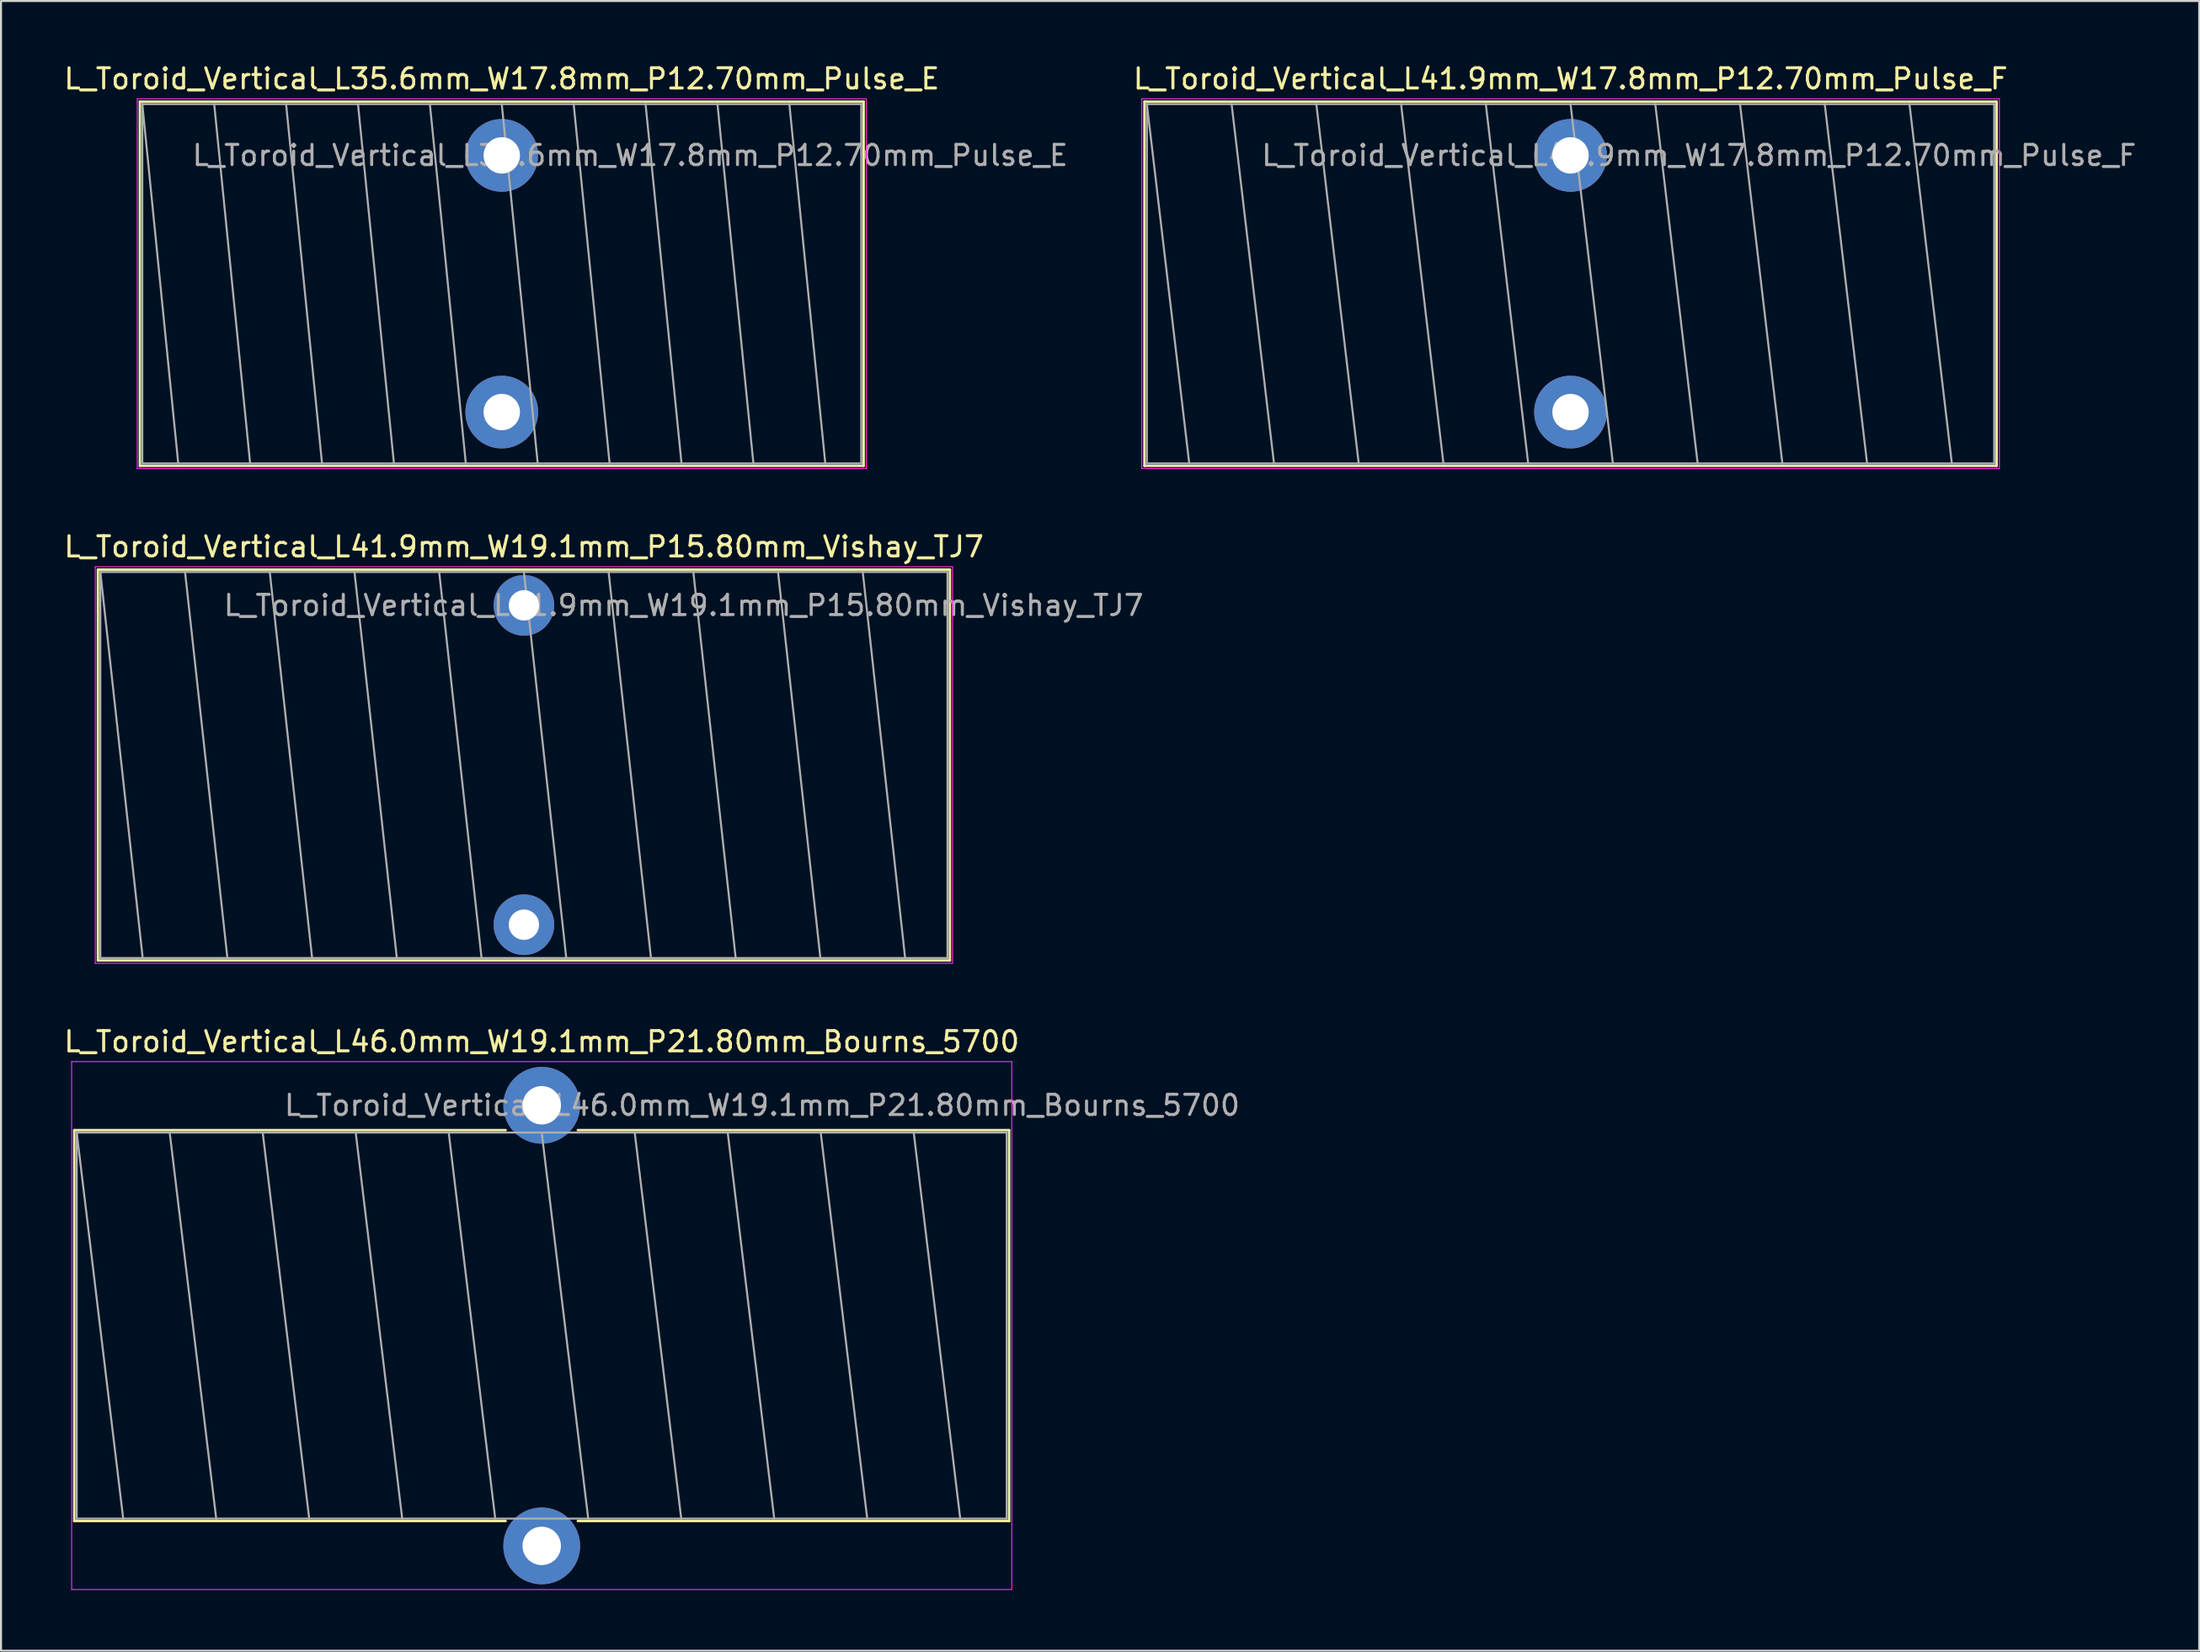
<source format=kicad_pcb>
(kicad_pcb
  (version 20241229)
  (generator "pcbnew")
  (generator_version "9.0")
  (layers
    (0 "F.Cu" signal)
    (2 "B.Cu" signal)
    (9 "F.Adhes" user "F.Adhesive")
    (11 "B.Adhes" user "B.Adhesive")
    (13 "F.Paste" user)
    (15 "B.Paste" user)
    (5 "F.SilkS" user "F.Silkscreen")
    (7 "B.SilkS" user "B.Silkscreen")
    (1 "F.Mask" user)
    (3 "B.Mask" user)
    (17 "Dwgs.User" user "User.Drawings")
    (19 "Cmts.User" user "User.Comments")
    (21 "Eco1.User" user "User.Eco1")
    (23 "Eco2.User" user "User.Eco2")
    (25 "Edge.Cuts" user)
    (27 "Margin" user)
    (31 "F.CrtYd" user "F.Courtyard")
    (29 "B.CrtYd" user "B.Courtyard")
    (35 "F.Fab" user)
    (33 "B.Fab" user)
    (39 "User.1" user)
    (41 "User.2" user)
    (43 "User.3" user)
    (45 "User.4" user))
  (footprint "L_Toroid_Vertical_L35.6mm_W17.8mm_P12.70mm_Pulse_E"
    (layer "F.Cu")
    (at 21.768 4.638)
    (property "Reference" "L_Toroid_Vertical_L35.6mm_W17.8mm_P12.70mm_Pulse_E" (at 0 -3.79 0) (layer "F.SilkS") (effects (font (size 1 1) (thickness 0.15))))
    (attr through_hole)
    (fp_line (start -17.9 -2.66) (end -17.9 15.36) (stroke (width 0.12) (type solid)) (layer "F.SilkS"))
    (fp_line (start -17.9 -2.66) (end 17.9 -2.66) (stroke (width 0.12) (type solid)) (layer "F.SilkS"))
    (fp_line (start -17.9 15.36) (end 17.9 15.36) (stroke (width 0.12) (type solid)) (layer "F.SilkS"))
    (fp_line (start 17.9 -2.66) (end 17.9 15.36) (stroke (width 0.12) (type solid)) (layer "F.SilkS"))
    (fp_line (start -18.03 -2.8) (end -18.03 15.49) (stroke (width 0.05) (type solid)) (layer "F.CrtYd"))
    (fp_line (start -18.03 15.49) (end 18.03 15.49) (stroke (width 0.05) (type solid)) (layer "F.CrtYd"))
    (fp_line (start 18.03 -2.8) (end -18.03 -2.8) (stroke (width 0.05) (type solid)) (layer "F.CrtYd"))
    (fp_line (start 18.03 15.49) (end 18.03 -2.8) (stroke (width 0.05) (type solid)) (layer "F.CrtYd"))
    (fp_line (start -17.78 -2.54) (end -17.78 15.24) (stroke (width 0.1) (type solid)) (layer "F.Fab"))
    (fp_line (start -17.78 -2.54) (end -16.002 15.24) (stroke (width 0.1) (type solid)) (layer "F.Fab"))
    (fp_line (start -17.78 15.24) (end 17.78 15.24) (stroke (width 0.1) (type solid)) (layer "F.Fab"))
    (fp_line (start -14.224 -2.54) (end -12.446 15.24) (stroke (width 0.1) (type solid)) (layer "F.Fab"))
    (fp_line (start -10.668 -2.54) (end -8.89 15.24) (stroke (width 0.1) (type solid)) (layer "F.Fab"))
    (fp_line (start -7.112 -2.54) (end -5.334 15.24) (stroke (width 0.1) (type solid)) (layer "F.Fab"))
    (fp_line (start -3.556 -2.54) (end -1.778 15.24) (stroke (width 0.1) (type solid)) (layer "F.Fab"))
    (fp_line (start 0 -2.54) (end 1.778 15.24) (stroke (width 0.1) (type solid)) (layer "F.Fab"))
    (fp_line (start 3.556 -2.54) (end 5.334 15.24) (stroke (width 0.1) (type solid)) (layer "F.Fab"))
    (fp_line (start 7.112 -2.54) (end 8.89 15.24) (stroke (width 0.1) (type solid)) (layer "F.Fab"))
    (fp_line (start 10.668 -2.54) (end 12.446 15.24) (stroke (width 0.1) (type solid)) (layer "F.Fab"))
    (fp_line (start 14.224 -2.54) (end 16.002 15.24) (stroke (width 0.1) (type solid)) (layer "F.Fab"))
    (fp_line (start 17.78 -2.54) (end -17.78 -2.54) (stroke (width 0.1) (type solid)) (layer "F.Fab"))
    (fp_line (start 17.78 15.24) (end 17.78 -2.54) (stroke (width 0.1) (type solid)) (layer "F.Fab"))
    (fp_text user "${REFERENCE}" (at 6.35 0 0) (layer "F.Fab") (effects (font (size 1 1) (thickness 0.15))))
    (pad "1" thru_hole circle (at 0 0) (size 3.6 3.6) (drill 1.8) (layers "*.Cu" "*.Mask"))
    (pad "2" thru_hole circle (at 0 12.7) (size 3.6 3.6) (drill 1.8) (layers "*.Cu" "*.Mask")))
  (footprint "L_Toroid_Vertical_L41.9mm_W19.1mm_P15.80mm_Vishay_TJ7"
    (layer "F.Cu")
    (at 22.863 26.901)
    (property "Reference" "L_Toroid_Vertical_L41.9mm_W19.1mm_P15.80mm_Vishay_TJ7" (at 0 -2.9 0) (layer "F.SilkS") (effects (font (size 1 1) (thickness 0.15))))
    (attr through_hole)
    (fp_line (start -21.07 -1.77) (end -21.07 17.57) (stroke (width 0.12) (type solid)) (layer "F.SilkS"))
    (fp_line (start -21.07 -1.77) (end 21.07 -1.77) (stroke (width 0.12) (type solid)) (layer "F.SilkS"))
    (fp_line (start -21.07 17.57) (end 21.07 17.57) (stroke (width 0.12) (type solid)) (layer "F.SilkS"))
    (fp_line (start 21.07 -1.77) (end 21.07 17.57) (stroke (width 0.12) (type solid)) (layer "F.SilkS"))
    (fp_line (start -21.2 -1.91) (end -21.2 17.71) (stroke (width 0.05) (type solid)) (layer "F.CrtYd"))
    (fp_line (start -21.2 17.71) (end 21.2 17.71) (stroke (width 0.05) (type solid)) (layer "F.CrtYd"))
    (fp_line (start 21.2 -1.91) (end -21.2 -1.91) (stroke (width 0.05) (type solid)) (layer "F.CrtYd"))
    (fp_line (start 21.2 17.71) (end 21.2 -1.91) (stroke (width 0.05) (type solid)) (layer "F.CrtYd"))
    (fp_line (start -20.95 -1.65) (end -20.95 17.45) (stroke (width 0.1) (type solid)) (layer "F.Fab"))
    (fp_line (start -20.95 -1.65) (end -18.855 17.45) (stroke (width 0.1) (type solid)) (layer "F.Fab"))
    (fp_line (start -20.95 17.45) (end 20.95 17.45) (stroke (width 0.1) (type solid)) (layer "F.Fab"))
    (fp_line (start -16.76 -1.65) (end -14.665 17.45) (stroke (width 0.1) (type solid)) (layer "F.Fab"))
    (fp_line (start -12.57 -1.65) (end -10.475 17.45) (stroke (width 0.1) (type solid)) (layer "F.Fab"))
    (fp_line (start -8.38 -1.65) (end -6.285 17.45) (stroke (width 0.1) (type solid)) (layer "F.Fab"))
    (fp_line (start -4.19 -1.65) (end -2.095 17.45) (stroke (width 0.1) (type solid)) (layer "F.Fab"))
    (fp_line (start 0 -1.65) (end 2.095 17.45) (stroke (width 0.1) (type solid)) (layer "F.Fab"))
    (fp_line (start 4.19 -1.65) (end 6.285 17.45) (stroke (width 0.1) (type solid)) (layer "F.Fab"))
    (fp_line (start 8.38 -1.65) (end 10.475 17.45) (stroke (width 0.1) (type solid)) (layer "F.Fab"))
    (fp_line (start 12.57 -1.65) (end 14.665 17.45) (stroke (width 0.1) (type solid)) (layer "F.Fab"))
    (fp_line (start 16.76 -1.65) (end 18.855 17.45) (stroke (width 0.1) (type solid)) (layer "F.Fab"))
    (fp_line (start 20.95 -1.65) (end -20.95 -1.65) (stroke (width 0.1) (type solid)) (layer "F.Fab"))
    (fp_line (start 20.95 17.45) (end 20.95 -1.65) (stroke (width 0.1) (type solid)) (layer "F.Fab"))
    (fp_text user "${REFERENCE}" (at 7.9 0 0) (layer "F.Fab") (effects (font (size 1 1) (thickness 0.15))))
    (pad "1" thru_hole circle (at 0 0) (size 3 3) (drill 1.5) (layers "*.Cu" "*.Mask"))
    (pad "2" thru_hole circle (at 0 15.8) (size 3 3) (drill 1.5) (layers "*.Cu" "*.Mask")))
  (footprint "L_Toroid_Vertical_L41.9mm_W17.8mm_P12.70mm_Pulse_F"
    (layer "F.Cu")
    (at 74.63 4.638)
    (property "Reference" "L_Toroid_Vertical_L41.9mm_W17.8mm_P12.70mm_Pulse_F" (at 0 -3.79 0) (layer "F.SilkS") (effects (font (size 1 1) (thickness 0.15))))
    (attr through_hole)
    (fp_line (start -21.075 -2.66) (end -21.075 15.36) (stroke (width 0.12) (type solid)) (layer "F.SilkS"))
    (fp_line (start -21.075 -2.66) (end 21.075 -2.66) (stroke (width 0.12) (type solid)) (layer "F.SilkS"))
    (fp_line (start -21.075 15.36) (end 21.075 15.36) (stroke (width 0.12) (type solid)) (layer "F.SilkS"))
    (fp_line (start 21.075 -2.66) (end 21.075 15.36) (stroke (width 0.12) (type solid)) (layer "F.SilkS"))
    (fp_line (start -21.21 -2.8) (end -21.21 15.49) (stroke (width 0.05) (type solid)) (layer "F.CrtYd"))
    (fp_line (start -21.21 15.49) (end 21.21 15.49) (stroke (width 0.05) (type solid)) (layer "F.CrtYd"))
    (fp_line (start 21.21 -2.8) (end -21.21 -2.8) (stroke (width 0.05) (type solid)) (layer "F.CrtYd"))
    (fp_line (start 21.21 15.49) (end 21.21 -2.8) (stroke (width 0.05) (type solid)) (layer "F.CrtYd"))
    (fp_line (start -20.955 -2.54) (end -20.955 15.24) (stroke (width 0.1) (type solid)) (layer "F.Fab"))
    (fp_line (start -20.955 -2.54) (end -18.86 15.24) (stroke (width 0.1) (type solid)) (layer "F.Fab"))
    (fp_line (start -20.955 15.24) (end 20.955 15.24) (stroke (width 0.1) (type solid)) (layer "F.Fab"))
    (fp_line (start -16.764 -2.54) (end -14.668 15.24) (stroke (width 0.1) (type solid)) (layer "F.Fab"))
    (fp_line (start -12.573 -2.54) (end -10.477 15.24) (stroke (width 0.1) (type solid)) (layer "F.Fab"))
    (fp_line (start -8.382 -2.54) (end -6.287 15.24) (stroke (width 0.1) (type solid)) (layer "F.Fab"))
    (fp_line (start -4.191 -2.54) (end -2.095 15.24) (stroke (width 0.1) (type solid)) (layer "F.Fab"))
    (fp_line (start 0 -2.54) (end 2.095 15.24) (stroke (width 0.1) (type solid)) (layer "F.Fab"))
    (fp_line (start 4.191 -2.54) (end 6.287 15.24) (stroke (width 0.1) (type solid)) (layer "F.Fab"))
    (fp_line (start 8.382 -2.54) (end 10.477 15.24) (stroke (width 0.1) (type solid)) (layer "F.Fab"))
    (fp_line (start 12.573 -2.54) (end 14.668 15.24) (stroke (width 0.1) (type solid)) (layer "F.Fab"))
    (fp_line (start 16.764 -2.54) (end 18.86 15.24) (stroke (width 0.1) (type solid)) (layer "F.Fab"))
    (fp_line (start 20.955 -2.54) (end -20.955 -2.54) (stroke (width 0.1) (type solid)) (layer "F.Fab"))
    (fp_line (start 20.955 15.24) (end 20.955 -2.54) (stroke (width 0.1) (type solid)) (layer "F.Fab"))
    (fp_text user "${REFERENCE}" (at 6.35 0 0) (layer "F.Fab") (effects (font (size 1 1) (thickness 0.15))))
    (pad "1" thru_hole circle (at 0 0) (size 3.6 3.6) (drill 1.8) (layers "*.Cu" "*.Mask"))
    (pad "2" thru_hole circle (at 0 12.7) (size 3.6 3.6) (drill 1.8) (layers "*.Cu" "*.Mask")))
  (footprint "L_Toroid_Vertical_L46.0mm_W19.1mm_P21.80mm_Bourns_5700"
    (layer "F.Cu")
    (at 23.744 51.635)
    (property "Reference" "L_Toroid_Vertical_L46.0mm_W19.1mm_P21.80mm_Bourns_5700" (at 0 -3.15 0) (layer "F.SilkS") (effects (font (size 1 1) (thickness 0.15))))
    (attr through_hole)
    (fp_line (start -23.12 1.23) (end -23.12 20.57) (stroke (width 0.12) (type solid)) (layer "F.SilkS"))
    (fp_line (start -23.12 1.23) (end -1.785 1.23) (stroke (width 0.12) (type solid)) (layer "F.SilkS"))
    (fp_line (start -23.12 20.57) (end -1.785 20.57) (stroke (width 0.12) (type solid)) (layer "F.SilkS"))
    (fp_line (start 1.785 1.23) (end 23.12 1.23) (stroke (width 0.12) (type solid)) (layer "F.SilkS"))
    (fp_line (start 1.785 20.57) (end 23.12 20.57) (stroke (width 0.12) (type solid)) (layer "F.SilkS"))
    (fp_line (start 23.12 1.23) (end 23.12 20.57) (stroke (width 0.12) (type solid)) (layer "F.SilkS"))
    (fp_line (start -23.25 -2.16) (end -23.25 23.96) (stroke (width 0.05) (type solid)) (layer "F.CrtYd"))
    (fp_line (start -23.25 23.96) (end 23.25 23.96) (stroke (width 0.05) (type solid)) (layer "F.CrtYd"))
    (fp_line (start 23.25 -2.16) (end -23.25 -2.16) (stroke (width 0.05) (type solid)) (layer "F.CrtYd"))
    (fp_line (start 23.25 23.96) (end 23.25 -2.16) (stroke (width 0.05) (type solid)) (layer "F.CrtYd"))
    (fp_line (start -23 1.35) (end -23 20.45) (stroke (width 0.1) (type solid)) (layer "F.Fab"))
    (fp_line (start -23 1.35) (end -20.7 20.45) (stroke (width 0.1) (type solid)) (layer "F.Fab"))
    (fp_line (start -23 20.45) (end 23 20.45) (stroke (width 0.1) (type solid)) (layer "F.Fab"))
    (fp_line (start -18.4 1.35) (end -16.1 20.45) (stroke (width 0.1) (type solid)) (layer "F.Fab"))
    (fp_line (start -13.8 1.35) (end -11.5 20.45) (stroke (width 0.1) (type solid)) (layer "F.Fab"))
    (fp_line (start -9.2 1.35) (end -6.9 20.45) (stroke (width 0.1) (type solid)) (layer "F.Fab"))
    (fp_line (start -4.6 1.35) (end -2.3 20.45) (stroke (width 0.1) (type solid)) (layer "F.Fab"))
    (fp_line (start 0 1.35) (end 2.3 20.45) (stroke (width 0.1) (type solid)) (layer "F.Fab"))
    (fp_line (start 4.6 1.35) (end 6.9 20.45) (stroke (width 0.1) (type solid)) (layer "F.Fab"))
    (fp_line (start 9.2 1.35) (end 11.5 20.45) (stroke (width 0.1) (type solid)) (layer "F.Fab"))
    (fp_line (start 13.8 1.35) (end 16.1 20.45) (stroke (width 0.1) (type solid)) (layer "F.Fab"))
    (fp_line (start 18.4 1.35) (end 20.7 20.45) (stroke (width 0.1) (type solid)) (layer "F.Fab"))
    (fp_line (start 23 1.35) (end -23 1.35) (stroke (width 0.1) (type solid)) (layer "F.Fab"))
    (fp_line (start 23 20.45) (end 23 1.35) (stroke (width 0.1) (type solid)) (layer "F.Fab"))
    (fp_text user "${REFERENCE}" (at 10.9 0 0) (layer "F.Fab") (effects (font (size 1 1) (thickness 0.15))))
    (pad "1" thru_hole circle (at 0 0) (size 3.8 3.8) (drill 1.9) (layers "*.Cu" "*.Mask"))
    (pad "2" thru_hole circle (at 0 21.8) (size 3.8 3.8) (drill 1.9) (layers "*.Cu" "*.Mask")))
  (gr_rect
    (start -3 -3)
    (end 105.724 78.62)
    (stroke (width 0.1) (type default))
    (fill no)
    (layer "Edge.Cuts")))
</source>
